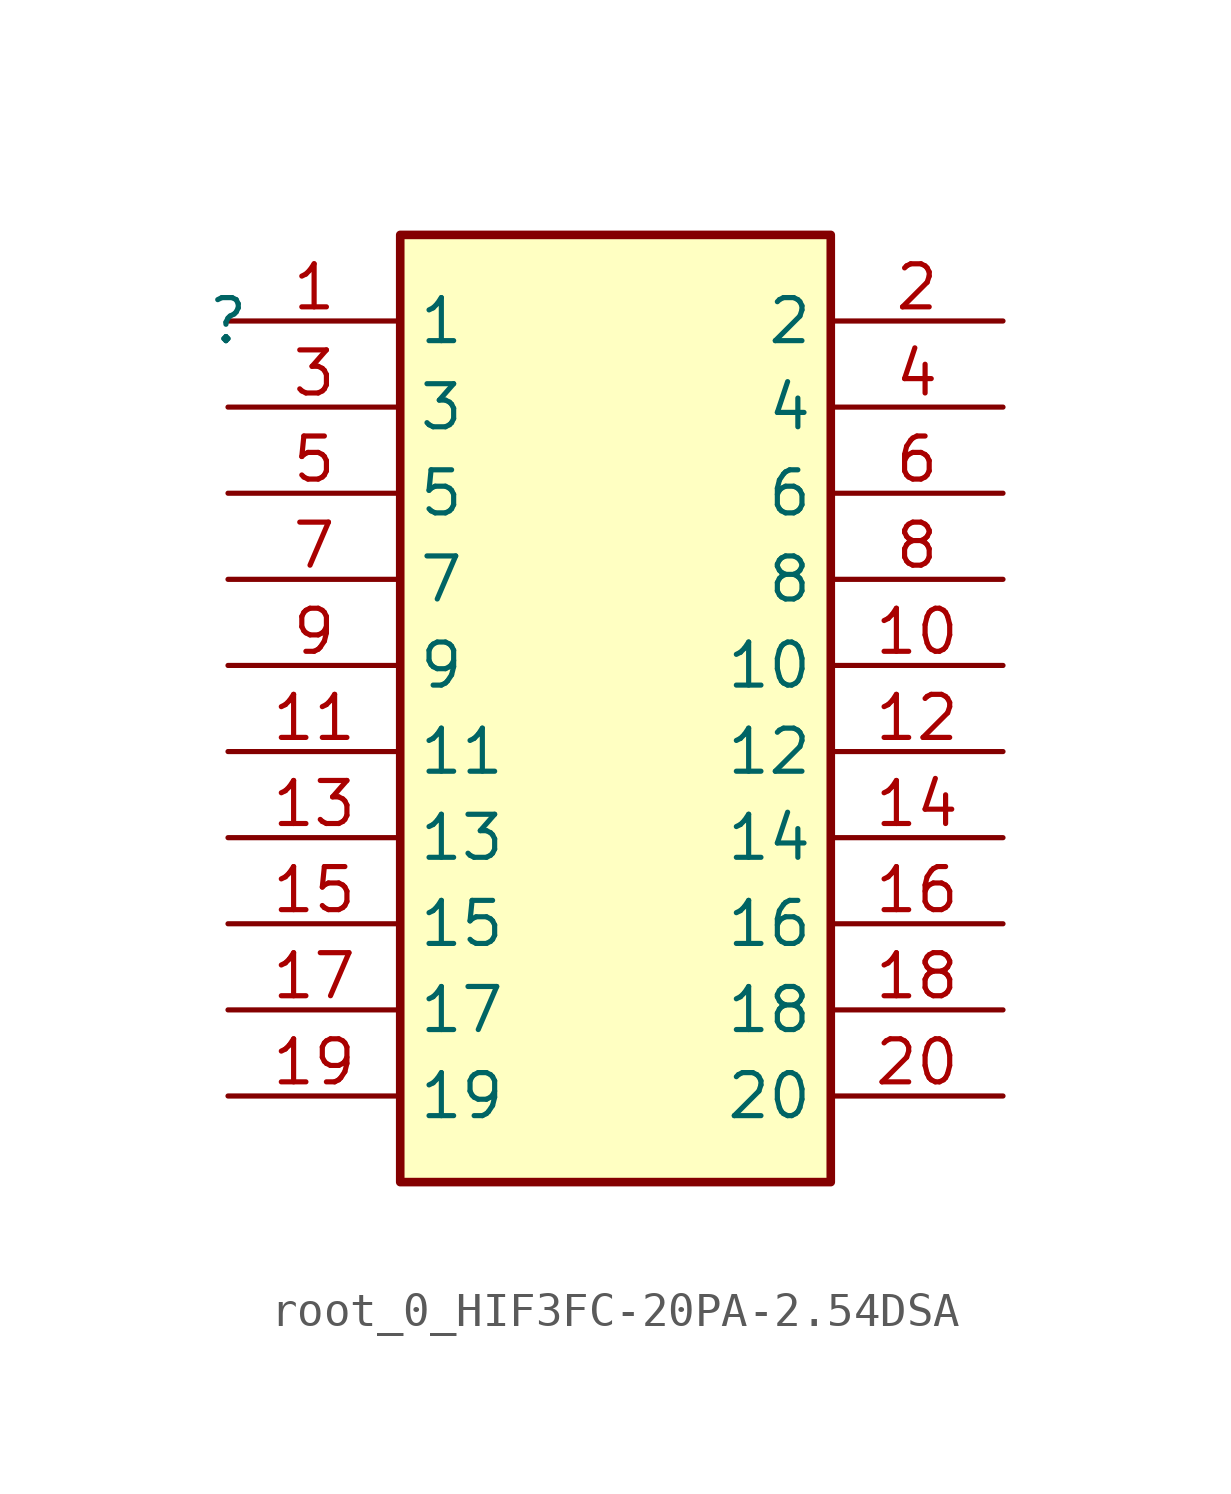
<source format=kicad_sym>
(kicad_symbol_lib
  (version 20220914)
  (generator kicad_symbol_editor)
  (symbol "root_0_HIF3FC-20PA-2.54DSA"
    (property "Reference" ""
      (at 0 0 0)
      (effects (font (size 1.27 1.27))))
    (property "Value" ""
      (at 0 0 0)
      (effects (font (size 1.27 1.27))))
    (symbol "root_0_HIF3FC-20PA-2.54DSA_1_0"
      (rectangle (start 17.78 2.54) (end 5.08 -25.4) (stroke (width 0.254) (type solid)) (fill (type background)))
      (pin passive line (at 0 0 0) (length 5.08) (name "1" (effects (font (size 1.27 1.27)))) (number "1" (effects (font (size 1.27 1.27)))))
      (pin passive line (at 22.86 -10.16 180) (length 5.08) (name "10" (effects (font (size 1.27 1.27)))) (number "10" (effects (font (size 1.27 1.27)))))
      (pin passive line (at 0 -12.7 0) (length 5.08) (name "11" (effects (font (size 1.27 1.27)))) (number "11" (effects (font (size 1.27 1.27)))))
      (pin passive line (at 22.86 -12.7 180) (length 5.08) (name "12" (effects (font (size 1.27 1.27)))) (number "12" (effects (font (size 1.27 1.27)))))
      (pin passive line (at 0 -15.24 0) (length 5.08) (name "13" (effects (font (size 1.27 1.27)))) (number "13" (effects (font (size 1.27 1.27)))))
      (pin passive line (at 22.86 -15.24 180) (length 5.08) (name "14" (effects (font (size 1.27 1.27)))) (number "14" (effects (font (size 1.27 1.27)))))
      (pin passive line (at 0 -17.78 0) (length 5.08) (name "15" (effects (font (size 1.27 1.27)))) (number "15" (effects (font (size 1.27 1.27)))))
      (pin passive line (at 22.86 -17.78 180) (length 5.08) (name "16" (effects (font (size 1.27 1.27)))) (number "16" (effects (font (size 1.27 1.27)))))
      (pin passive line (at 0 -20.32 0) (length 5.08) (name "17" (effects (font (size 1.27 1.27)))) (number "17" (effects (font (size 1.27 1.27)))))
      (pin passive line (at 22.86 -20.32 180) (length 5.08) (name "18" (effects (font (size 1.27 1.27)))) (number "18" (effects (font (size 1.27 1.27)))))
      (pin passive line (at 0 -22.86 0) (length 5.08) (name "19" (effects (font (size 1.27 1.27)))) (number "19" (effects (font (size 1.27 1.27)))))
      (pin passive line (at 22.86 0 180) (length 5.08) (name "2" (effects (font (size 1.27 1.27)))) (number "2" (effects (font (size 1.27 1.27)))))
      (pin passive line (at 22.86 -22.86 180) (length 5.08) (name "20" (effects (font (size 1.27 1.27)))) (number "20" (effects (font (size 1.27 1.27)))))
      (pin passive line (at 0 -2.54 0) (length 5.08) (name "3" (effects (font (size 1.27 1.27)))) (number "3" (effects (font (size 1.27 1.27)))))
      (pin passive line (at 22.86 -2.54 180) (length 5.08) (name "4" (effects (font (size 1.27 1.27)))) (number "4" (effects (font (size 1.27 1.27)))))
      (pin passive line (at 0 -5.08 0) (length 5.08) (name "5" (effects (font (size 1.27 1.27)))) (number "5" (effects (font (size 1.27 1.27)))))
      (pin passive line (at 22.86 -5.08 180) (length 5.08) (name "6" (effects (font (size 1.27 1.27)))) (number "6" (effects (font (size 1.27 1.27)))))
      (pin passive line (at 0 -7.62 0) (length 5.08) (name "7" (effects (font (size 1.27 1.27)))) (number "7" (effects (font (size 1.27 1.27)))))
      (pin passive line (at 22.86 -7.62 180) (length 5.08) (name "8" (effects (font (size 1.27 1.27)))) (number "8" (effects (font (size 1.27 1.27)))))
      (pin passive line (at 0 -10.16 0) (length 5.08) (name "9" (effects (font (size 1.27 1.27)))) (number "9" (effects (font (size 1.27 1.27))))))))
</source>
